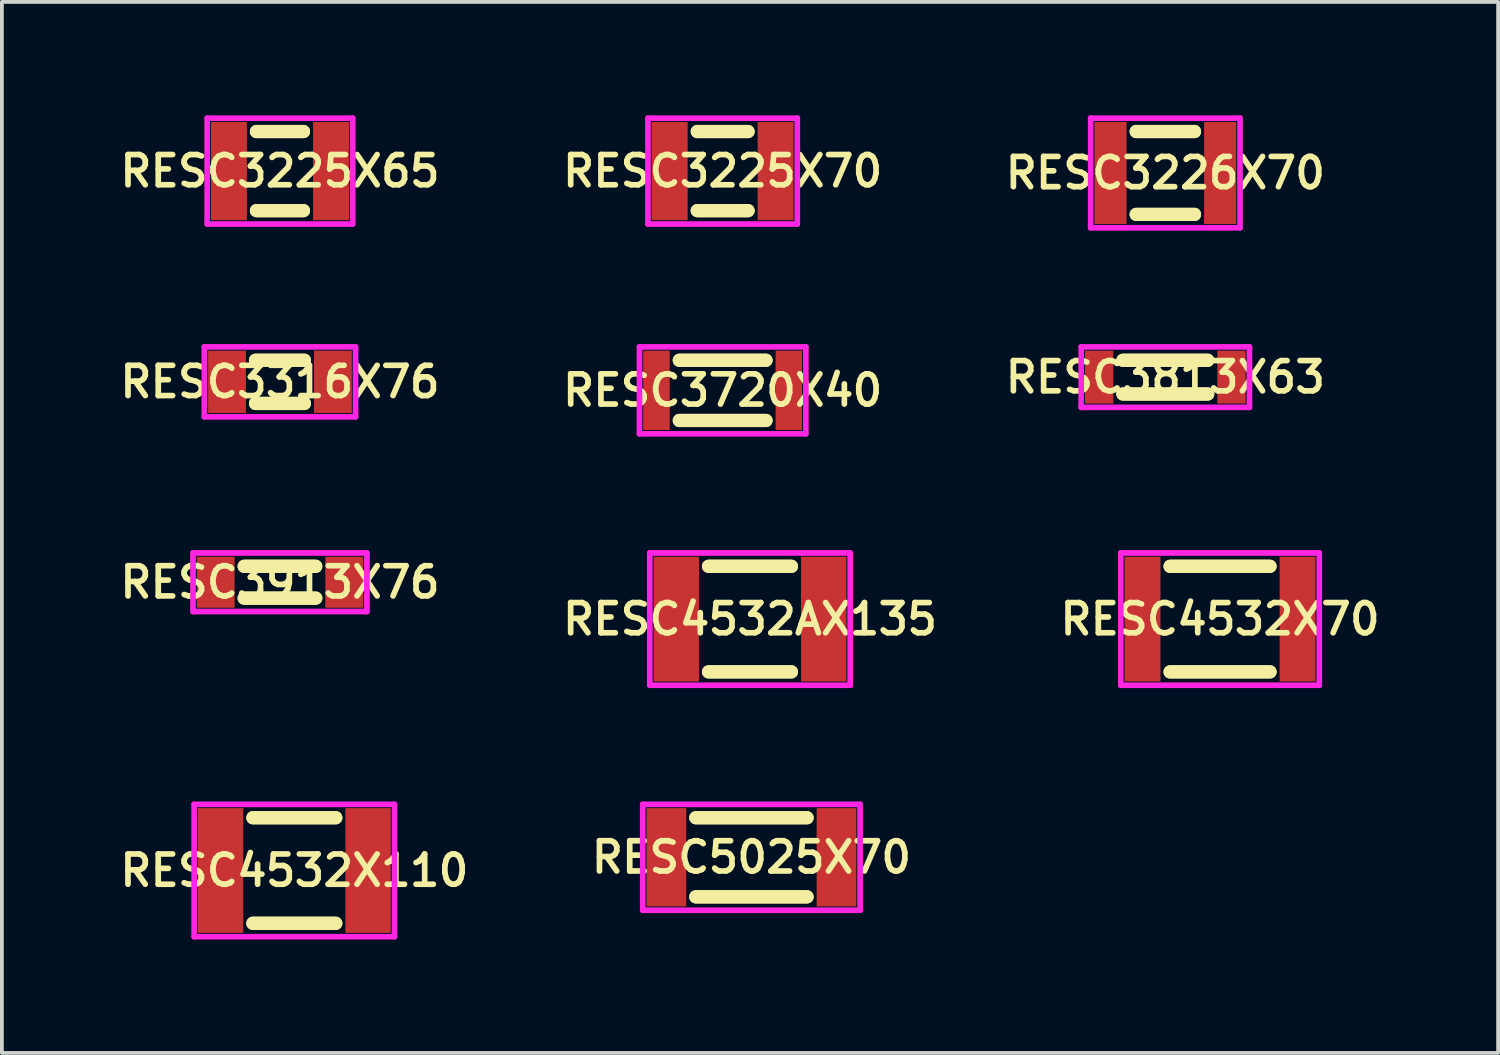
<source format=kicad_pcb>
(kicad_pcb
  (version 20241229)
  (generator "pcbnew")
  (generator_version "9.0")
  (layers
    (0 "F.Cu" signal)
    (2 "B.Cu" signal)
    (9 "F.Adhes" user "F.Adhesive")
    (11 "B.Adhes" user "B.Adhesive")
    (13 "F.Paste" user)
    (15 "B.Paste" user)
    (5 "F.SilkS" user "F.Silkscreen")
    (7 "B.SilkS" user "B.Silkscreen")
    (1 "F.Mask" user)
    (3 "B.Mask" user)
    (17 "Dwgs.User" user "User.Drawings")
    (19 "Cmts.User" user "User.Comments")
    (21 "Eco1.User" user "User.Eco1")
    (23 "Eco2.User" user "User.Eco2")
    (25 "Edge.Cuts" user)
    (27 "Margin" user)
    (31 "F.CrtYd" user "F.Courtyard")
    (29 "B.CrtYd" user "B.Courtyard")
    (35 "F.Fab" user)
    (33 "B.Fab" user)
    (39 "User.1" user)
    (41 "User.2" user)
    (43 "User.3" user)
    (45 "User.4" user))
  (footprint "RESC3226X70"
    (layer "F.Cu")
    (at 27.773 1.525)
    (property "Reference" "RESC3226X70" (at 0 0 0) (layer "F.SilkS") (effects (font (size 0.8 0.8) (thickness 0.15))))
    (attr smd)
    (fp_line (start -0.771 -1.096) (end 0.771 -1.096) (stroke (width 0.35) (type solid)) (layer "F.SilkS"))
    (fp_line (start -0.771 1.096) (end 0.771 1.096) (stroke (width 0.35) (type solid)) (layer "F.SilkS"))
    (fp_line (start 0.771 -1.096) (end -0.771 -1.096) (stroke (width 0.35) (type solid)) (layer "F.SilkS"))
    (fp_line (start 0.771 1.096) (end -0.771 1.096) (stroke (width 0.35) (type solid)) (layer "F.SilkS"))
    (fp_line (start -1.975 -1.45) (end 1.975 -1.45) (stroke (width 0.15) (type solid)) (layer "F.CrtYd"))
    (fp_line (start -1.975 1.45) (end -1.975 -1.45) (stroke (width 0.15) (type solid)) (layer "F.CrtYd"))
    (fp_line (start 1.975 -1.45) (end 1.975 1.45) (stroke (width 0.15) (type solid)) (layer "F.CrtYd"))
    (fp_line (start 1.975 1.45) (end -1.975 1.45) (stroke (width 0.15) (type solid)) (layer "F.CrtYd"))
    (pad "1" smd rect (at -1.45 0) (size 0.85 2.7) (layers "F.Cu" "F.Mask" "F.Paste"))
    (pad "2" smd rect (at 1.45 0) (size 0.85 2.7) (layers "F.Cu" "F.Mask" "F.Paste")))
  (footprint "RESC3225X70"
    (layer "F.Cu")
    (at 16.064 1.475)
    (property "Reference" "RESC3225X70" (at 0 0 0) (layer "F.SilkS") (effects (font (size 0.8 0.8) (thickness 0.15))))
    (attr smd)
    (fp_line (start -0.671 -1.046) (end 0.671 -1.046) (stroke (width 0.35) (type solid)) (layer "F.SilkS"))
    (fp_line (start -0.671 1.046) (end 0.671 1.046) (stroke (width 0.35) (type solid)) (layer "F.SilkS"))
    (fp_line (start 0.671 -1.046) (end -0.671 -1.046) (stroke (width 0.35) (type solid)) (layer "F.SilkS"))
    (fp_line (start 0.671 1.046) (end -0.671 1.046) (stroke (width 0.35) (type solid)) (layer "F.SilkS"))
    (fp_line (start -1.975 -1.4) (end 1.975 -1.4) (stroke (width 0.15) (type solid)) (layer "F.CrtYd"))
    (fp_line (start -1.975 1.4) (end -1.975 -1.4) (stroke (width 0.15) (type solid)) (layer "F.CrtYd"))
    (fp_line (start 1.975 -1.4) (end 1.975 1.4) (stroke (width 0.15) (type solid)) (layer "F.CrtYd"))
    (fp_line (start 1.975 1.4) (end -1.975 1.4) (stroke (width 0.15) (type solid)) (layer "F.CrtYd"))
    (pad "1" smd rect (at -1.4 0) (size 0.95 2.6) (layers "F.Cu" "F.Mask" "F.Paste"))
    (pad "2" smd rect (at 1.4 0) (size 0.95 2.6) (layers "F.Cu" "F.Mask" "F.Paste")))
  (footprint "RESC4532AX135"
    (layer "F.Cu")
    (at 16.787 13.325)
    (property "Reference" "RESC4532AX135" (at 0 0 0) (layer "F.SilkS") (effects (font (size 0.8 0.8) (thickness 0.15))))
    (attr smd)
    (fp_line (start -1.096 -1.396) (end 1.096 -1.396) (stroke (width 0.35) (type solid)) (layer "F.SilkS"))
    (fp_line (start -1.096 1.396) (end 1.096 1.396) (stroke (width 0.35) (type solid)) (layer "F.SilkS"))
    (fp_line (start 1.096 -1.396) (end -1.096 -1.396) (stroke (width 0.35) (type solid)) (layer "F.SilkS"))
    (fp_line (start 1.096 1.396) (end -1.096 1.396) (stroke (width 0.35) (type solid)) (layer "F.SilkS"))
    (fp_line (start -2.65 -1.75) (end 2.65 -1.75) (stroke (width 0.15) (type solid)) (layer "F.CrtYd"))
    (fp_line (start -2.65 1.75) (end -2.65 -1.75) (stroke (width 0.15) (type solid)) (layer "F.CrtYd"))
    (fp_line (start 2.65 -1.75) (end 2.65 1.75) (stroke (width 0.15) (type solid)) (layer "F.CrtYd"))
    (fp_line (start 2.65 1.75) (end -2.65 1.75) (stroke (width 0.15) (type solid)) (layer "F.CrtYd"))
    (pad "1" smd rect (at -1.95 0) (size 1.2 3.3) (layers "F.Cu" "F.Mask" "F.Paste"))
    (pad "2" smd rect (at 1.95 0) (size 1.2 3.3) (layers "F.Cu" "F.Mask" "F.Paste")))
  (footprint "RESC3913X76"
    (layer "F.Cu")
    (at 4.355 12.35)
    (property "Reference" "RESC3913X76" (at 0 0 0) (layer "F.SilkS") (effects (font (size 0.8 0.8) (thickness 0.15))))
    (attr smd)
    (fp_line (start -0.946 -0.421) (end 0.946 -0.421) (stroke (width 0.35) (type solid)) (layer "F.SilkS"))
    (fp_line (start -0.946 0.421) (end 0.946 0.421) (stroke (width 0.35) (type solid)) (layer "F.SilkS"))
    (fp_line (start 0.946 -0.421) (end -0.946 -0.421) (stroke (width 0.35) (type solid)) (layer "F.SilkS"))
    (fp_line (start 0.946 0.421) (end -0.946 0.421) (stroke (width 0.35) (type solid)) (layer "F.SilkS"))
    (fp_line (start -2.3 -0.775) (end 2.3 -0.775) (stroke (width 0.15) (type solid)) (layer "F.CrtYd"))
    (fp_line (start -2.3 0.775) (end -2.3 -0.775) (stroke (width 0.15) (type solid)) (layer "F.CrtYd"))
    (fp_line (start 2.3 -0.775) (end 2.3 0.775) (stroke (width 0.15) (type solid)) (layer "F.CrtYd"))
    (fp_line (start 2.3 0.775) (end -2.3 0.775) (stroke (width 0.15) (type solid)) (layer "F.CrtYd"))
    (pad "1" smd rect (at -1.7 0) (size 1 1.35) (layers "F.Cu" "F.Mask" "F.Paste"))
    (pad "2" smd rect (at 1.7 0) (size 1 1.35) (layers "F.Cu" "F.Mask" "F.Paste")))
  (footprint "RESC3720X40"
    (layer "F.Cu")
    (at 16.064 7.275)
    (property "Reference" "RESC3720X40" (at 0 0 0) (layer "F.SilkS") (effects (font (size 0.8 0.8) (thickness 0.15))))
    (attr smd)
    (fp_line (start -1.146 -0.796) (end 1.146 -0.796) (stroke (width 0.35) (type solid)) (layer "F.SilkS"))
    (fp_line (start -1.146 0.796) (end 1.146 0.796) (stroke (width 0.35) (type solid)) (layer "F.SilkS"))
    (fp_line (start 1.146 -0.796) (end -1.146 -0.796) (stroke (width 0.35) (type solid)) (layer "F.SilkS"))
    (fp_line (start 1.146 0.796) (end -1.146 0.796) (stroke (width 0.35) (type solid)) (layer "F.SilkS"))
    (fp_line (start -2.2 -1.15) (end 2.2 -1.15) (stroke (width 0.15) (type solid)) (layer "F.CrtYd"))
    (fp_line (start -2.2 1.15) (end -2.2 -1.15) (stroke (width 0.15) (type solid)) (layer "F.CrtYd"))
    (fp_line (start 2.2 -1.15) (end 2.2 1.15) (stroke (width 0.15) (type solid)) (layer "F.CrtYd"))
    (fp_line (start 2.2 1.15) (end -2.2 1.15) (stroke (width 0.15) (type solid)) (layer "F.CrtYd"))
    (pad "1" smd rect (at -1.75 0) (size 0.7 2.1) (layers "F.Cu" "F.Mask" "F.Paste"))
    (pad "2" smd rect (at 1.75 0) (size 0.7 2.1) (layers "F.Cu" "F.Mask" "F.Paste")))
  (footprint "RESC3225X65"
    (layer "F.Cu")
    (at 4.355 1.475)
    (property "Reference" "RESC3225X65" (at 0 0 0) (layer "F.SilkS") (effects (font (size 0.8 0.8) (thickness 0.15))))
    (attr smd)
    (fp_line (start -0.621 -1.046) (end 0.621 -1.046) (stroke (width 0.35) (type solid)) (layer "F.SilkS"))
    (fp_line (start -0.621 1.046) (end 0.621 1.046) (stroke (width 0.35) (type solid)) (layer "F.SilkS"))
    (fp_line (start 0.621 -1.046) (end -0.621 -1.046) (stroke (width 0.35) (type solid)) (layer "F.SilkS"))
    (fp_line (start 0.621 1.046) (end -0.621 1.046) (stroke (width 0.35) (type solid)) (layer "F.SilkS"))
    (fp_line (start -1.925 -1.4) (end 1.925 -1.4) (stroke (width 0.15) (type solid)) (layer "F.CrtYd"))
    (fp_line (start -1.925 1.4) (end -1.925 -1.4) (stroke (width 0.15) (type solid)) (layer "F.CrtYd"))
    (fp_line (start 1.925 -1.4) (end 1.925 1.4) (stroke (width 0.15) (type solid)) (layer "F.CrtYd"))
    (fp_line (start 1.925 1.4) (end -1.925 1.4) (stroke (width 0.15) (type solid)) (layer "F.CrtYd"))
    (pad "1" smd rect (at -1.35 0) (size 0.95 2.6) (layers "F.Cu" "F.Mask" "F.Paste"))
    (pad "2" smd rect (at 1.35 0) (size 0.95 2.6) (layers "F.Cu" "F.Mask" "F.Paste")))
  (footprint "RESC3316X76"
    (layer "F.Cu")
    (at 4.355 7.05)
    (property "Reference" "RESC3316X76" (at 0 0 0) (layer "F.SilkS") (effects (font (size 0.8 0.8) (thickness 0.15))))
    (attr smd)
    (fp_line (start -0.646 -0.571) (end 0.646 -0.571) (stroke (width 0.35) (type solid)) (layer "F.SilkS"))
    (fp_line (start -0.646 0.571) (end 0.646 0.571) (stroke (width 0.35) (type solid)) (layer "F.SilkS"))
    (fp_line (start 0.646 -0.571) (end -0.646 -0.571) (stroke (width 0.35) (type solid)) (layer "F.SilkS"))
    (fp_line (start 0.646 0.571) (end -0.646 0.571) (stroke (width 0.35) (type solid)) (layer "F.SilkS"))
    (fp_line (start -2 -0.925) (end 2 -0.925) (stroke (width 0.15) (type solid)) (layer "F.CrtYd"))
    (fp_line (start -2 0.925) (end -2 -0.925) (stroke (width 0.15) (type solid)) (layer "F.CrtYd"))
    (fp_line (start 2 -0.925) (end 2 0.925) (stroke (width 0.15) (type solid)) (layer "F.CrtYd"))
    (fp_line (start 2 0.925) (end -2 0.925) (stroke (width 0.15) (type solid)) (layer "F.CrtYd"))
    (pad "1" smd rect (at -1.4 0) (size 1 1.65) (layers "F.Cu" "F.Mask" "F.Paste"))
    (pad "2" smd rect (at 1.4 0) (size 1 1.65) (layers "F.Cu" "F.Mask" "F.Paste")))
  (footprint "RESC3813X63"
    (layer "F.Cu")
    (at 27.773 6.925)
    (property "Reference" "RESC3813X63" (at 0 0 0) (layer "F.SilkS") (effects (font (size 0.8 0.8) (thickness 0.15))))
    (attr smd)
    (fp_line (start -1.121 -0.446) (end 1.121 -0.446) (stroke (width 0.35) (type solid)) (layer "F.SilkS"))
    (fp_line (start -1.121 0.446) (end 1.121 0.446) (stroke (width 0.35) (type solid)) (layer "F.SilkS"))
    (fp_line (start 1.121 -0.446) (end -1.121 -0.446) (stroke (width 0.35) (type solid)) (layer "F.SilkS"))
    (fp_line (start 1.121 0.446) (end -1.121 0.446) (stroke (width 0.35) (type solid)) (layer "F.SilkS"))
    (fp_line (start -2.225 -0.8) (end 2.225 -0.8) (stroke (width 0.15) (type solid)) (layer "F.CrtYd"))
    (fp_line (start -2.225 0.8) (end -2.225 -0.8) (stroke (width 0.15) (type solid)) (layer "F.CrtYd"))
    (fp_line (start 2.225 -0.8) (end 2.225 0.8) (stroke (width 0.15) (type solid)) (layer "F.CrtYd"))
    (fp_line (start 2.225 0.8) (end -2.225 0.8) (stroke (width 0.15) (type solid)) (layer "F.CrtYd"))
    (pad "1" smd rect (at -1.75 0) (size 0.75 1.4) (layers "F.Cu" "F.Mask" "F.Paste"))
    (pad "2" smd rect (at 1.75 0) (size 0.75 1.4) (layers "F.Cu" "F.Mask" "F.Paste")))
  (footprint "RESC4532X70"
    (layer "F.Cu")
    (at 29.22 13.325)
    (property "Reference" "RESC4532X70" (at 0 0 0) (layer "F.SilkS") (effects (font (size 0.8 0.8) (thickness 0.15))))
    (attr smd)
    (fp_line (start -1.321 -1.396) (end 1.321 -1.396) (stroke (width 0.35) (type solid)) (layer "F.SilkS"))
    (fp_line (start -1.321 1.396) (end 1.321 1.396) (stroke (width 0.35) (type solid)) (layer "F.SilkS"))
    (fp_line (start 1.321 -1.396) (end -1.321 -1.396) (stroke (width 0.35) (type solid)) (layer "F.SilkS"))
    (fp_line (start 1.321 1.396) (end -1.321 1.396) (stroke (width 0.35) (type solid)) (layer "F.SilkS"))
    (fp_line (start -2.625 -1.75) (end 2.625 -1.75) (stroke (width 0.15) (type solid)) (layer "F.CrtYd"))
    (fp_line (start -2.625 1.75) (end -2.625 -1.75) (stroke (width 0.15) (type solid)) (layer "F.CrtYd"))
    (fp_line (start 2.625 -1.75) (end 2.625 1.75) (stroke (width 0.15) (type solid)) (layer "F.CrtYd"))
    (fp_line (start 2.625 1.75) (end -2.625 1.75) (stroke (width 0.15) (type solid)) (layer "F.CrtYd"))
    (pad "1" smd rect (at -2.05 0) (size 0.95 3.3) (layers "F.Cu" "F.Mask" "F.Paste"))
    (pad "2" smd rect (at 2.05 0) (size 0.95 3.3) (layers "F.Cu" "F.Mask" "F.Paste")))
  (footprint "RESC4532X110"
    (layer "F.Cu")
    (at 4.735 19.975)
    (property "Reference" "RESC4532X110" (at 0 0 0) (layer "F.SilkS") (effects (font (size 0.8 0.8) (thickness 0.15))))
    (attr smd)
    (fp_line (start -1.096 -1.396) (end 1.096 -1.396) (stroke (width 0.35) (type solid)) (layer "F.SilkS"))
    (fp_line (start -1.096 1.396) (end 1.096 1.396) (stroke (width 0.35) (type solid)) (layer "F.SilkS"))
    (fp_line (start 1.096 -1.396) (end -1.096 -1.396) (stroke (width 0.35) (type solid)) (layer "F.SilkS"))
    (fp_line (start 1.096 1.396) (end -1.096 1.396) (stroke (width 0.35) (type solid)) (layer "F.SilkS"))
    (fp_line (start -2.65 -1.75) (end 2.65 -1.75) (stroke (width 0.15) (type solid)) (layer "F.CrtYd"))
    (fp_line (start -2.65 1.75) (end -2.65 -1.75) (stroke (width 0.15) (type solid)) (layer "F.CrtYd"))
    (fp_line (start 2.65 -1.75) (end 2.65 1.75) (stroke (width 0.15) (type solid)) (layer "F.CrtYd"))
    (fp_line (start 2.65 1.75) (end -2.65 1.75) (stroke (width 0.15) (type solid)) (layer "F.CrtYd"))
    (pad "1" smd rect (at -1.95 0) (size 1.2 3.3) (layers "F.Cu" "F.Mask" "F.Paste"))
    (pad "2" smd rect (at 1.95 0) (size 1.2 3.3) (layers "F.Cu" "F.Mask" "F.Paste")))
  (footprint "RESC5025X70"
    (layer "F.Cu")
    (at 16.825 19.625)
    (property "Reference" "RESC5025X70" (at 0 0 0) (layer "F.SilkS") (effects (font (size 0.8 0.8) (thickness 0.15))))
    (attr smd)
    (fp_line (start -1.471 -1.046) (end 1.471 -1.046) (stroke (width 0.35) (type solid)) (layer "F.SilkS"))
    (fp_line (start -1.471 1.046) (end 1.471 1.046) (stroke (width 0.35) (type solid)) (layer "F.SilkS"))
    (fp_line (start 1.471 -1.046) (end -1.471 -1.046) (stroke (width 0.35) (type solid)) (layer "F.SilkS"))
    (fp_line (start 1.471 1.046) (end -1.471 1.046) (stroke (width 0.35) (type solid)) (layer "F.SilkS"))
    (fp_line (start -2.875 -1.4) (end 2.875 -1.4) (stroke (width 0.15) (type solid)) (layer "F.CrtYd"))
    (fp_line (start -2.875 1.4) (end -2.875 -1.4) (stroke (width 0.15) (type solid)) (layer "F.CrtYd"))
    (fp_line (start 2.875 -1.4) (end 2.875 1.4) (stroke (width 0.15) (type solid)) (layer "F.CrtYd"))
    (fp_line (start 2.875 1.4) (end -2.875 1.4) (stroke (width 0.15) (type solid)) (layer "F.CrtYd"))
    (pad "1" smd rect (at -2.25 0) (size 1.05 2.6) (layers "F.Cu" "F.Mask" "F.Paste"))
    (pad "2" smd rect (at 2.25 0) (size 1.05 2.6) (layers "F.Cu" "F.Mask" "F.Paste")))
  (gr_rect
    (start -3 -3)
    (end 36.575 24.8)
    (stroke (width 0.1) (type default))
    (fill no)
    (layer "Edge.Cuts")))
</source>
